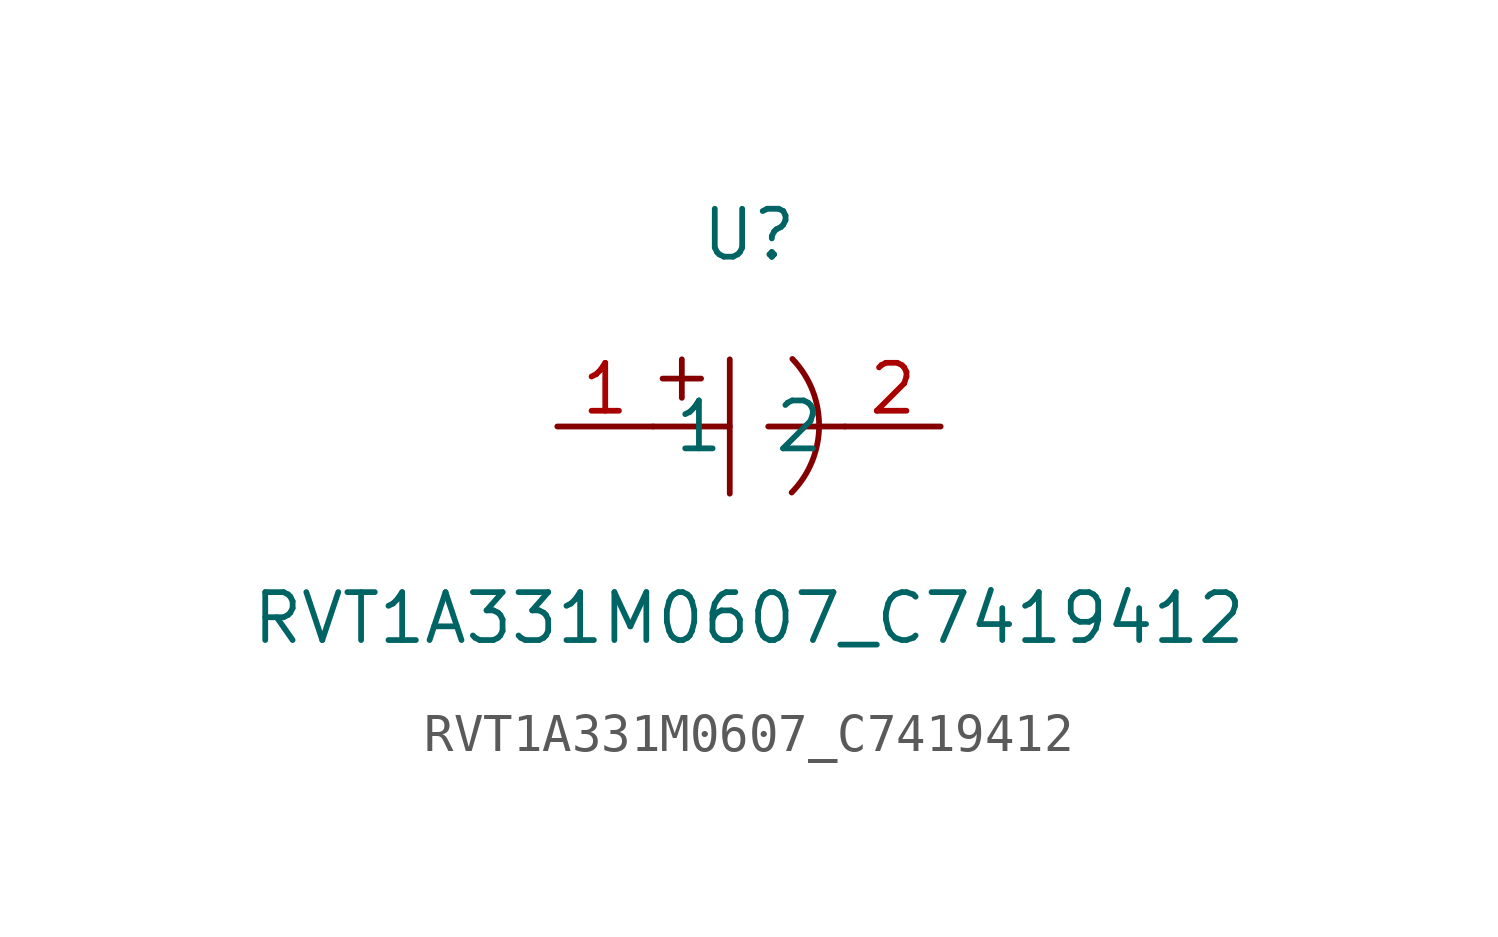
<source format=kicad_sym>
(kicad_symbol_lib
  (version 20211014)
  (generator https://github.com/uPesy/easyeda2kicad.py)
  (symbol "RVT1A331M0607_C7419412"
    (property "Reference" "U"
      (at 0 5.08 0)
      (effects (font (size 1.27 1.27))))
    (property "Value" "RVT1A331M0607_C7419412"
      (at 0 -5.08 0)
      (effects (font (size 1.27 1.27))))
    (symbol "RVT1A331M0607_C7419412_0_1"
      (arc (start 1.13 -1.75) (mid 5.47 -0.41) (end 1.15 1.79) (stroke (width 0) (type default) (color 0 0 0 0)) (fill (type none)))
      (polyline (pts (xy -0.51 1.78) (xy -0.51 -1.78)) (stroke (width 0) (type default) (color 0 0 0 0)) (fill (type none)))
      (polyline (pts (xy -2.54 -0.00) (xy -0.51 -0.00)) (stroke (width 0) (type default) (color 0 0 0 0)) (fill (type none)))
      (polyline (pts (xy 0.51 -0.00) (xy 2.54 -0.00)) (stroke (width 0) (type default) (color 0 0 0 0)) (fill (type none)))
      (polyline (pts (xy -2.29 1.27) (xy -1.27 1.27)) (stroke (width 0) (type default) (color 0 0 0 0)) (fill (type none)))
      (polyline (pts (xy -1.78 1.78) (xy -1.78 0.76)) (stroke (width 0) (type default) (color 0 0 0 0)) (fill (type none)))
      (pin input line (at -5.08 -0.00 0) (length 2.54) (name "1" (effects (font (size 1.27 1.27)))) (number "1" (effects (font (size 1.27 1.27)))))
      (pin input line (at 5.08 -0.00 180) (length 2.54) (name "2" (effects (font (size 1.27 1.27)))) (number "2" (effects (font (size 1.27 1.27))))))))
</source>
